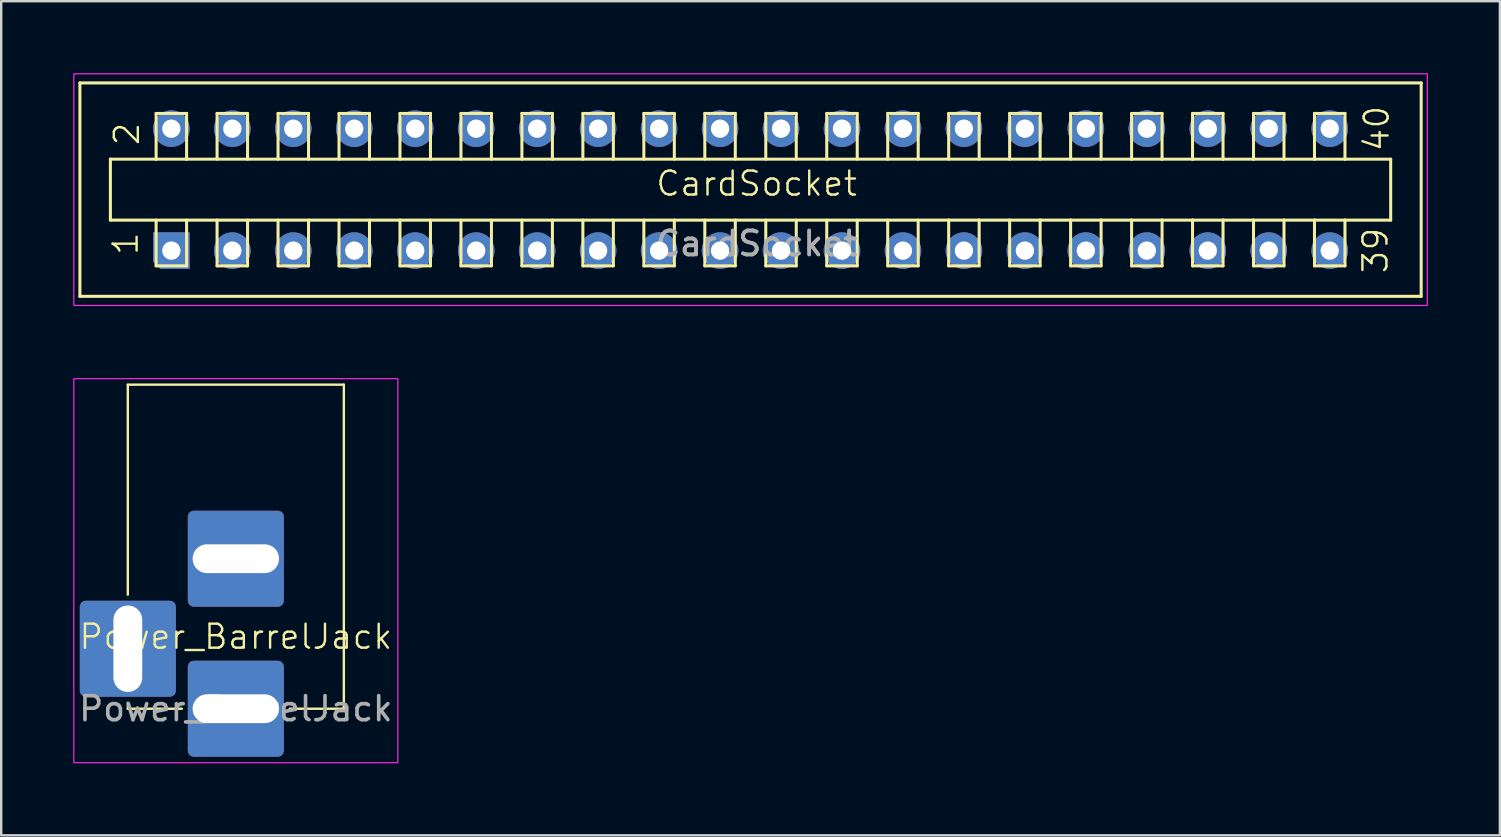
<source format=kicad_pcb>
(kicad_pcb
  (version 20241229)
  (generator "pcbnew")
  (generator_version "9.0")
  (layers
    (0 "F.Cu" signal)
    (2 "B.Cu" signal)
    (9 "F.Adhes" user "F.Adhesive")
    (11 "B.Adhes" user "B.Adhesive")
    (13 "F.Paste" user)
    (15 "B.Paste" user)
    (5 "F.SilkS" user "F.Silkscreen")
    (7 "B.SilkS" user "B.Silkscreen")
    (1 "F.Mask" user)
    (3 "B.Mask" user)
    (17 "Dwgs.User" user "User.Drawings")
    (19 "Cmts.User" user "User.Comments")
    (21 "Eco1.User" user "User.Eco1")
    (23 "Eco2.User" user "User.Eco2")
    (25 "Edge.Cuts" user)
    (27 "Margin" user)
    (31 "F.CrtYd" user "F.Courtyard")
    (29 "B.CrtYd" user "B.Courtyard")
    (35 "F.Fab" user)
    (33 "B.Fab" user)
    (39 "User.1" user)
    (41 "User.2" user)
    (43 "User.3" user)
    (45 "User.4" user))
  (footprint "Power_BarrelJack"
    (layer "F.Cu")
    (at 6.775 23.977)
    (property "Reference" "Power_BarrelJack" (at 0 -0.5 0) (unlocked yes) (layer "F.SilkS") (effects (font (size 1 1) (thickness 0.1))))
    (attr through_hole)
    (fp_line (start -4.5 -11) (end 4.5 -11) (stroke (width 0.1) (type default)) (layer "F.SilkS"))
    (fp_line (start -4.5 -2.25) (end -4.5 -11) (stroke (width 0.1) (type default)) (layer "F.SilkS"))
    (fp_line (start -4.5 2.5) (end -4.5 2.25) (stroke (width 0.1) (type default)) (layer "F.SilkS"))
    (fp_line (start -2.25 2.5) (end -4.5 2.5) (stroke (width 0.1) (type default)) (layer "F.SilkS"))
    (fp_line (start 4.5 -11) (end 4.5 2.5) (stroke (width 0.1) (type default)) (layer "F.SilkS"))
    (fp_line (start 4.5 2.5) (end 2.25 2.5) (stroke (width 0.1) (type default)) (layer "F.SilkS"))
    (fp_rect (start -6.75 -11.25) (end 6.75 4.75) (stroke (width 0.05) (type default)) (fill no) (layer "F.CrtYd"))
    (fp_text user "${REFERENCE}" (at 0 2.5 0) (unlocked yes) (layer "F.Fab") (effects (font (size 1 1) (thickness 0.15))))
    (pad "1" thru_hole roundrect (at 0 -3.75) (size 4 4) (drill oval 3.6 1.2) (layers "*.Cu" "*.Mask") (roundrect_rratio 0.062))
    (pad "2" thru_hole roundrect (at 0 2.5) (size 4 4) (drill oval 3.6 1.2) (layers "*.Cu" "*.Mask") (roundrect_rratio 0.062))
    (pad "MP" thru_hole roundrect (at -4.5 0 90) (size 4 4) (drill oval 3.6 1.2) (layers "*.Cu" "*.Mask") (roundrect_rratio 0.062)))
  (footprint "CardSocket"
    (layer "F.Cu")
    (at 28.473 4.597)
    (property "Reference" "CardSocket" (at 0 0 0) (unlocked yes) (layer "F.SilkS") (effects (font (size 1 1) (thickness 0.1))))
    (attr through_hole)
    (fp_line (start -28.194 -4.191) (end -28.194 4.699) (stroke (width 0.127) (type solid)) (layer "F.SilkS"))
    (fp_line (start -28.194 -4.191) (end 27.686 -4.191) (stroke (width 0.127) (type solid)) (layer "F.SilkS"))
    (fp_line (start -26.924 -1.016) (end -25.019 -1.016) (stroke (width 0.127) (type solid)) (layer "F.SilkS"))
    (fp_line (start -26.924 1.524) (end -26.924 -1.016) (stroke (width 0.127) (type solid)) (layer "F.SilkS"))
    (fp_line (start -25.019 -2.921) (end -25.019 -1.016) (stroke (width 0.127) (type solid)) (layer "F.SilkS"))
    (fp_line (start -25.019 -1.016) (end -23.749 -1.016) (stroke (width 0.127) (type solid)) (layer "F.SilkS"))
    (fp_line (start -25.019 3.429) (end -25.019 1.524) (stroke (width 0.127) (type solid)) (layer "F.SilkS"))
    (fp_line (start -23.749 -2.921) (end -25.019 -2.921) (stroke (width 0.127) (type solid)) (layer "F.SilkS"))
    (fp_line (start -23.749 -1.016) (end -23.749 -2.921) (stroke (width 0.127) (type solid)) (layer "F.SilkS"))
    (fp_line (start -23.749 -1.016) (end 15.621 -1.016) (stroke (width 0.127) (type solid)) (layer "F.SilkS"))
    (fp_line (start -23.749 1.524) (end -23.749 3.429) (stroke (width 0.127) (type solid)) (layer "F.SilkS"))
    (fp_line (start -23.749 3.429) (end -25.019 3.429) (stroke (width 0.127) (type solid)) (layer "F.SilkS"))
    (fp_line (start -22.479 -2.921) (end -22.479 -1.016) (stroke (width 0.127) (type solid)) (layer "F.SilkS"))
    (fp_line (start -22.479 3.429) (end -22.479 1.524) (stroke (width 0.127) (type solid)) (layer "F.SilkS"))
    (fp_line (start -21.209 -2.921) (end -22.479 -2.921) (stroke (width 0.127) (type solid)) (layer "F.SilkS"))
    (fp_line (start -21.209 -1.016) (end -21.209 -2.921) (stroke (width 0.127) (type solid)) (layer "F.SilkS"))
    (fp_line (start -21.209 1.524) (end -21.209 3.429) (stroke (width 0.127) (type solid)) (layer "F.SilkS"))
    (fp_line (start -21.209 3.429) (end -22.479 3.429) (stroke (width 0.127) (type solid)) (layer "F.SilkS"))
    (fp_line (start -19.939 -2.921) (end -19.939 -1.016) (stroke (width 0.127) (type solid)) (layer "F.SilkS"))
    (fp_line (start -19.939 3.429) (end -19.939 1.524) (stroke (width 0.127) (type solid)) (layer "F.SilkS"))
    (fp_line (start -18.669 -2.921) (end -19.939 -2.921) (stroke (width 0.127) (type solid)) (layer "F.SilkS"))
    (fp_line (start -18.669 -1.016) (end -18.669 -2.921) (stroke (width 0.127) (type solid)) (layer "F.SilkS"))
    (fp_line (start -18.669 1.524) (end -18.669 3.429) (stroke (width 0.127) (type solid)) (layer "F.SilkS"))
    (fp_line (start -18.669 3.429) (end -19.939 3.429) (stroke (width 0.127) (type solid)) (layer "F.SilkS"))
    (fp_line (start -17.399 -2.921) (end -17.399 -1.016) (stroke (width 0.127) (type solid)) (layer "F.SilkS"))
    (fp_line (start -17.399 3.429) (end -17.399 1.524) (stroke (width 0.127) (type solid)) (layer "F.SilkS"))
    (fp_line (start -16.129 -2.921) (end -17.399 -2.921) (stroke (width 0.127) (type solid)) (layer "F.SilkS"))
    (fp_line (start -16.129 -1.016) (end -16.129 -2.921) (stroke (width 0.127) (type solid)) (layer "F.SilkS"))
    (fp_line (start -16.129 1.524) (end -16.129 3.429) (stroke (width 0.127) (type solid)) (layer "F.SilkS"))
    (fp_line (start -16.129 3.429) (end -17.399 3.429) (stroke (width 0.127) (type solid)) (layer "F.SilkS"))
    (fp_line (start -14.859 -2.921) (end -14.859 -1.016) (stroke (width 0.127) (type solid)) (layer "F.SilkS"))
    (fp_line (start -14.859 3.429) (end -14.859 1.524) (stroke (width 0.127) (type solid)) (layer "F.SilkS"))
    (fp_line (start -13.589 -2.921) (end -14.859 -2.921) (stroke (width 0.127) (type solid)) (layer "F.SilkS"))
    (fp_line (start -13.589 -1.016) (end -13.589 -2.921) (stroke (width 0.127) (type solid)) (layer "F.SilkS"))
    (fp_line (start -13.589 1.524) (end -13.589 3.429) (stroke (width 0.127) (type solid)) (layer "F.SilkS"))
    (fp_line (start -13.589 3.429) (end -14.859 3.429) (stroke (width 0.127) (type solid)) (layer "F.SilkS"))
    (fp_line (start -12.319 -2.921) (end -12.319 -1.016) (stroke (width 0.127) (type solid)) (layer "F.SilkS"))
    (fp_line (start -12.319 3.429) (end -12.319 1.524) (stroke (width 0.127) (type solid)) (layer "F.SilkS"))
    (fp_line (start -11.049 -2.921) (end -12.319 -2.921) (stroke (width 0.127) (type solid)) (layer "F.SilkS"))
    (fp_line (start -11.049 -1.016) (end -11.049 -2.921) (stroke (width 0.127) (type solid)) (layer "F.SilkS"))
    (fp_line (start -11.049 1.524) (end -11.049 3.429) (stroke (width 0.127) (type solid)) (layer "F.SilkS"))
    (fp_line (start -11.049 3.429) (end -12.319 3.429) (stroke (width 0.127) (type solid)) (layer "F.SilkS"))
    (fp_line (start -9.779 -2.921) (end -9.779 -1.016) (stroke (width 0.127) (type solid)) (layer "F.SilkS"))
    (fp_line (start -9.779 3.429) (end -9.779 1.524) (stroke (width 0.127) (type solid)) (layer "F.SilkS"))
    (fp_line (start -8.509 -2.921) (end -9.779 -2.921) (stroke (width 0.127) (type solid)) (layer "F.SilkS"))
    (fp_line (start -8.509 -1.016) (end -8.509 -2.921) (stroke (width 0.127) (type solid)) (layer "F.SilkS"))
    (fp_line (start -8.509 1.524) (end -8.509 3.429) (stroke (width 0.127) (type solid)) (layer "F.SilkS"))
    (fp_line (start -8.509 3.429) (end -9.779 3.429) (stroke (width 0.127) (type solid)) (layer "F.SilkS"))
    (fp_line (start -7.239 -2.921) (end -7.239 -1.016) (stroke (width 0.127) (type solid)) (layer "F.SilkS"))
    (fp_line (start -7.239 3.429) (end -7.239 1.524) (stroke (width 0.127) (type solid)) (layer "F.SilkS"))
    (fp_line (start -5.969 -2.921) (end -7.239 -2.921) (stroke (width 0.127) (type solid)) (layer "F.SilkS"))
    (fp_line (start -5.969 -1.016) (end -5.969 -2.921) (stroke (width 0.127) (type solid)) (layer "F.SilkS"))
    (fp_line (start -5.969 1.524) (end -5.969 3.429) (stroke (width 0.127) (type solid)) (layer "F.SilkS"))
    (fp_line (start -5.969 3.429) (end -7.239 3.429) (stroke (width 0.127) (type solid)) (layer "F.SilkS"))
    (fp_line (start -4.699 -2.921) (end -4.699 -1.016) (stroke (width 0.127) (type solid)) (layer "F.SilkS"))
    (fp_line (start -4.699 3.429) (end -4.699 1.524) (stroke (width 0.127) (type solid)) (layer "F.SilkS"))
    (fp_line (start -3.429 -2.921) (end -4.699 -2.921) (stroke (width 0.127) (type solid)) (layer "F.SilkS"))
    (fp_line (start -3.429 -1.016) (end -3.429 -2.921) (stroke (width 0.127) (type solid)) (layer "F.SilkS"))
    (fp_line (start -3.429 1.524) (end -3.429 3.429) (stroke (width 0.127) (type solid)) (layer "F.SilkS"))
    (fp_line (start -3.429 3.429) (end -4.699 3.429) (stroke (width 0.127) (type solid)) (layer "F.SilkS"))
    (fp_line (start -2.159 -2.921) (end -2.159 -1.016) (stroke (width 0.127) (type solid)) (layer "F.SilkS"))
    (fp_line (start -2.159 3.429) (end -2.159 1.524) (stroke (width 0.127) (type solid)) (layer "F.SilkS"))
    (fp_line (start -0.889 -2.921) (end -2.159 -2.921) (stroke (width 0.127) (type solid)) (layer "F.SilkS"))
    (fp_line (start -0.889 -1.016) (end -0.889 -2.921) (stroke (width 0.127) (type solid)) (layer "F.SilkS"))
    (fp_line (start -0.889 1.524) (end -0.889 3.429) (stroke (width 0.127) (type solid)) (layer "F.SilkS"))
    (fp_line (start -0.889 3.429) (end -2.159 3.429) (stroke (width 0.127) (type solid)) (layer "F.SilkS"))
    (fp_line (start 0.381 -2.921) (end 0.381 -1.016) (stroke (width 0.127) (type solid)) (layer "F.SilkS"))
    (fp_line (start 0.381 3.429) (end 0.381 1.524) (stroke (width 0.127) (type solid)) (layer "F.SilkS"))
    (fp_line (start 1.651 -2.921) (end 0.381 -2.921) (stroke (width 0.127) (type solid)) (layer "F.SilkS"))
    (fp_line (start 1.651 -1.016) (end 1.651 -2.921) (stroke (width 0.127) (type solid)) (layer "F.SilkS"))
    (fp_line (start 1.651 1.524) (end 1.651 3.429) (stroke (width 0.127) (type solid)) (layer "F.SilkS"))
    (fp_line (start 1.651 3.429) (end 0.381 3.429) (stroke (width 0.127) (type solid)) (layer "F.SilkS"))
    (fp_line (start 2.921 -2.921) (end 2.921 -1.016) (stroke (width 0.127) (type solid)) (layer "F.SilkS"))
    (fp_line (start 2.921 3.429) (end 2.921 1.524) (stroke (width 0.127) (type solid)) (layer "F.SilkS"))
    (fp_line (start 4.191 -2.921) (end 2.921 -2.921) (stroke (width 0.127) (type solid)) (layer "F.SilkS"))
    (fp_line (start 4.191 -1.016) (end 4.191 -2.921) (stroke (width 0.127) (type solid)) (layer "F.SilkS"))
    (fp_line (start 4.191 1.524) (end 4.191 3.429) (stroke (width 0.127) (type solid)) (layer "F.SilkS"))
    (fp_line (start 4.191 3.429) (end 2.921 3.429) (stroke (width 0.127) (type solid)) (layer "F.SilkS"))
    (fp_line (start 5.461 -2.921) (end 5.461 -1.016) (stroke (width 0.127) (type solid)) (layer "F.SilkS"))
    (fp_line (start 5.461 3.429) (end 5.461 1.524) (stroke (width 0.127) (type solid)) (layer "F.SilkS"))
    (fp_line (start 6.731 -2.921) (end 5.461 -2.921) (stroke (width 0.127) (type solid)) (layer "F.SilkS"))
    (fp_line (start 6.731 -1.016) (end 6.731 -2.921) (stroke (width 0.127) (type solid)) (layer "F.SilkS"))
    (fp_line (start 6.731 1.524) (end 6.731 3.429) (stroke (width 0.127) (type solid)) (layer "F.SilkS"))
    (fp_line (start 6.731 3.429) (end 5.461 3.429) (stroke (width 0.127) (type solid)) (layer "F.SilkS"))
    (fp_line (start 8.001 -2.921) (end 8.001 -1.016) (stroke (width 0.127) (type solid)) (layer "F.SilkS"))
    (fp_line (start 8.001 1.524) (end -26.924 1.524) (stroke (width 0.127) (type solid)) (layer "F.SilkS"))
    (fp_line (start 8.001 3.429) (end 8.001 1.524) (stroke (width 0.127) (type solid)) (layer "F.SilkS"))
    (fp_line (start 9.271 -2.921) (end 8.001 -2.921) (stroke (width 0.127) (type solid)) (layer "F.SilkS"))
    (fp_line (start 9.271 -1.016) (end 9.271 -2.921) (stroke (width 0.127) (type solid)) (layer "F.SilkS"))
    (fp_line (start 9.271 1.524) (end 8.001 1.524) (stroke (width 0.127) (type solid)) (layer "F.SilkS"))
    (fp_line (start 9.271 1.524) (end 9.271 3.429) (stroke (width 0.127) (type solid)) (layer "F.SilkS"))
    (fp_line (start 9.271 3.429) (end 8.001 3.429) (stroke (width 0.127) (type solid)) (layer "F.SilkS"))
    (fp_line (start 10.541 -2.921) (end 10.541 -1.016) (stroke (width 0.127) (type solid)) (layer "F.SilkS"))
    (fp_line (start 10.541 1.524) (end 9.271 1.524) (stroke (width 0.127) (type solid)) (layer "F.SilkS"))
    (fp_line (start 10.541 3.429) (end 10.541 1.524) (stroke (width 0.127) (type solid)) (layer "F.SilkS"))
    (fp_line (start 11.811 -2.921) (end 10.541 -2.921) (stroke (width 0.127) (type solid)) (layer "F.SilkS"))
    (fp_line (start 11.811 -1.016) (end 11.811 -2.921) (stroke (width 0.127) (type solid)) (layer "F.SilkS"))
    (fp_line (start 11.811 1.524) (end 10.541 1.524) (stroke (width 0.127) (type solid)) (layer "F.SilkS"))
    (fp_line (start 11.811 1.524) (end 11.811 3.429) (stroke (width 0.127) (type solid)) (layer "F.SilkS"))
    (fp_line (start 11.811 3.429) (end 10.541 3.429) (stroke (width 0.127) (type solid)) (layer "F.SilkS"))
    (fp_line (start 13.081 -2.921) (end 13.081 -1.016) (stroke (width 0.127) (type solid)) (layer "F.SilkS"))
    (fp_line (start 13.081 1.524) (end 11.811 1.524) (stroke (width 0.127) (type solid)) (layer "F.SilkS"))
    (fp_line (start 13.081 3.429) (end 13.081 1.524) (stroke (width 0.127) (type solid)) (layer "F.SilkS"))
    (fp_line (start 14.351 -2.921) (end 13.081 -2.921) (stroke (width 0.127) (type solid)) (layer "F.SilkS"))
    (fp_line (start 14.351 -1.016) (end 14.351 -2.921) (stroke (width 0.127) (type solid)) (layer "F.SilkS"))
    (fp_line (start 14.351 1.524) (end 13.081 1.524) (stroke (width 0.127) (type solid)) (layer "F.SilkS"))
    (fp_line (start 14.351 1.524) (end 14.351 3.429) (stroke (width 0.127) (type solid)) (layer "F.SilkS"))
    (fp_line (start 14.351 3.429) (end 13.081 3.429) (stroke (width 0.127) (type solid)) (layer "F.SilkS"))
    (fp_line (start 15.621 -2.921) (end 15.621 -1.016) (stroke (width 0.127) (type solid)) (layer "F.SilkS"))
    (fp_line (start 15.621 -1.016) (end 16.891 -1.016) (stroke (width 0.127) (type solid)) (layer "F.SilkS"))
    (fp_line (start 15.621 1.524) (end 14.351 1.524) (stroke (width 0.127) (type solid)) (layer "F.SilkS"))
    (fp_line (start 15.621 3.429) (end 15.621 1.524) (stroke (width 0.127) (type solid)) (layer "F.SilkS"))
    (fp_line (start 16.891 -2.921) (end 15.621 -2.921) (stroke (width 0.127) (type solid)) (layer "F.SilkS"))
    (fp_line (start 16.891 -1.016) (end 16.891 -2.921) (stroke (width 0.127) (type solid)) (layer "F.SilkS"))
    (fp_line (start 16.891 -1.016) (end 18.161 -1.016) (stroke (width 0.127) (type solid)) (layer "F.SilkS"))
    (fp_line (start 16.891 1.524) (end 15.621 1.524) (stroke (width 0.127) (type solid)) (layer "F.SilkS"))
    (fp_line (start 16.891 1.524) (end 16.891 3.429) (stroke (width 0.127) (type solid)) (layer "F.SilkS"))
    (fp_line (start 16.891 3.429) (end 15.621 3.429) (stroke (width 0.127) (type solid)) (layer "F.SilkS"))
    (fp_line (start 18.161 -2.921) (end 18.161 -1.016) (stroke (width 0.127) (type solid)) (layer "F.SilkS"))
    (fp_line (start 18.161 -1.016) (end 19.431 -1.016) (stroke (width 0.127) (type solid)) (layer "F.SilkS"))
    (fp_line (start 18.161 1.524) (end 16.891 1.524) (stroke (width 0.127) (type solid)) (layer "F.SilkS"))
    (fp_line (start 18.161 3.429) (end 18.161 1.524) (stroke (width 0.127) (type solid)) (layer "F.SilkS"))
    (fp_line (start 19.431 -2.921) (end 18.161 -2.921) (stroke (width 0.127) (type solid)) (layer "F.SilkS"))
    (fp_line (start 19.431 -1.016) (end 19.431 -2.921) (stroke (width 0.127) (type solid)) (layer "F.SilkS"))
    (fp_line (start 19.431 -1.016) (end 20.701 -1.016) (stroke (width 0.127) (type solid)) (layer "F.SilkS"))
    (fp_line (start 19.431 1.524) (end 18.161 1.524) (stroke (width 0.127) (type solid)) (layer "F.SilkS"))
    (fp_line (start 19.431 1.524) (end 19.431 3.429) (stroke (width 0.127) (type solid)) (layer "F.SilkS"))
    (fp_line (start 19.431 3.429) (end 18.161 3.429) (stroke (width 0.127) (type solid)) (layer "F.SilkS"))
    (fp_line (start 20.701 -2.921) (end 20.701 -1.016) (stroke (width 0.127) (type solid)) (layer "F.SilkS"))
    (fp_line (start 20.701 -1.016) (end 21.971 -1.016) (stroke (width 0.127) (type solid)) (layer "F.SilkS"))
    (fp_line (start 20.701 1.524) (end 19.431 1.524) (stroke (width 0.127) (type solid)) (layer "F.SilkS"))
    (fp_line (start 20.701 3.429) (end 20.701 1.524) (stroke (width 0.127) (type solid)) (layer "F.SilkS"))
    (fp_line (start 21.971 -2.921) (end 20.701 -2.921) (stroke (width 0.127) (type solid)) (layer "F.SilkS"))
    (fp_line (start 21.971 -1.016) (end 21.971 -2.921) (stroke (width 0.127) (type solid)) (layer "F.SilkS"))
    (fp_line (start 21.971 -1.016) (end 23.241 -1.016) (stroke (width 0.127) (type solid)) (layer "F.SilkS"))
    (fp_line (start 21.971 1.524) (end 20.701 1.524) (stroke (width 0.127) (type solid)) (layer "F.SilkS"))
    (fp_line (start 21.971 1.524) (end 21.971 3.429) (stroke (width 0.127) (type solid)) (layer "F.SilkS"))
    (fp_line (start 21.971 3.429) (end 20.701 3.429) (stroke (width 0.127) (type solid)) (layer "F.SilkS"))
    (fp_line (start 23.241 -2.921) (end 23.241 -1.016) (stroke (width 0.127) (type solid)) (layer "F.SilkS"))
    (fp_line (start 23.241 -1.016) (end 24.511 -1.016) (stroke (width 0.127) (type solid)) (layer "F.SilkS"))
    (fp_line (start 23.241 1.524) (end 21.971 1.524) (stroke (width 0.127) (type solid)) (layer "F.SilkS"))
    (fp_line (start 23.241 3.429) (end 23.241 1.524) (stroke (width 0.127) (type solid)) (layer "F.SilkS"))
    (fp_line (start 24.511 -2.921) (end 23.241 -2.921) (stroke (width 0.127) (type solid)) (layer "F.SilkS"))
    (fp_line (start 24.511 -1.016) (end 24.511 -2.921) (stroke (width 0.127) (type solid)) (layer "F.SilkS"))
    (fp_line (start 24.511 -1.016) (end 26.416 -1.016) (stroke (width 0.127) (type solid)) (layer "F.SilkS"))
    (fp_line (start 24.511 1.524) (end 23.241 1.524) (stroke (width 0.127) (type solid)) (layer "F.SilkS"))
    (fp_line (start 24.511 1.524) (end 24.511 3.429) (stroke (width 0.127) (type solid)) (layer "F.SilkS"))
    (fp_line (start 24.511 1.524) (end 26.416 1.524) (stroke (width 0.127) (type solid)) (layer "F.SilkS"))
    (fp_line (start 24.511 3.429) (end 23.241 3.429) (stroke (width 0.127) (type solid)) (layer "F.SilkS"))
    (fp_line (start 26.416 -1.016) (end 26.416 1.524) (stroke (width 0.127) (type solid)) (layer "F.SilkS"))
    (fp_line (start 27.686 -4.191) (end 27.686 4.699) (stroke (width 0.127) (type solid)) (layer "F.SilkS"))
    (fp_line (start 27.686 4.699) (end -28.194 4.699) (stroke (width 0.127) (type solid)) (layer "F.SilkS"))
    (fp_rect (start -28.448 -4.572) (end 27.94 5.08) (stroke (width 0.05) (type default)) (fill no) (layer "F.CrtYd"))
    (fp_text user "39" (at 26.365 3.81 90) (unlocked yes) (layer "F.SilkS") (effects (font (size 1 1) (thickness 0.1)) (justify left bottom)))
    (fp_text user "40" (at 26.416 -1.27 90) (unlocked yes) (layer "F.SilkS") (effects (font (size 1 1) (thickness 0.1)) (justify left bottom)))
    (fp_text user "2" (at -25.654 -1.524 90) (unlocked yes) (layer "F.SilkS") (effects (font (size 1 1) (thickness 0.1)) (justify left bottom)))
    (fp_text user "1" (at -25.705 3.048 90) (unlocked yes) (layer "F.SilkS") (effects (font (size 1 1) (thickness 0.1)) (justify left bottom)))
    (fp_text user "${REFERENCE}" (at 0 2.5 0) (unlocked yes) (layer "F.Fab") (effects (font (size 1 1) (thickness 0.15))))
    (fp_text user "${REFERENCE}" (at 0 2.5 0) (unlocked yes) (layer "F.Fab") (effects (font (size 1 1) (thickness 0.15))))
    (pad "1" thru_hole roundrect (at -24.384 2.794 90) (size 1.524 1.524) (drill 0.762) (layers "*.Cu" "*.Mask") (roundrect_rratio 0) (chamfer_ratio 0.2) (chamfer top_left))
    (pad "2" thru_hole circle (at -24.384 -2.286 90) (size 1.524 1.524) (drill 0.762) (layers "*.Cu" "*.Mask"))
    (pad "3" thru_hole circle (at -21.844 2.794 90) (size 1.524 1.524) (drill 0.762) (layers "*.Cu" "*.Mask"))
    (pad "4" thru_hole circle (at -21.844 -2.286 90) (size 1.524 1.524) (drill 0.762) (layers "*.Cu" "*.Mask"))
    (pad "5" thru_hole circle (at -19.304 2.794 90) (size 1.524 1.524) (drill 0.762) (layers "*.Cu" "*.Mask"))
    (pad "6" thru_hole circle (at -19.304 -2.286 90) (size 1.524 1.524) (drill 0.762) (layers "*.Cu" "*.Mask"))
    (pad "7" thru_hole circle (at -16.764 2.794 90) (size 1.524 1.524) (drill 0.762) (layers "*.Cu" "*.Mask"))
    (pad "8" thru_hole circle (at -16.764 -2.286 90) (size 1.524 1.524) (drill 0.762) (layers "*.Cu" "*.Mask"))
    (pad "9" thru_hole circle (at -14.224 2.794 90) (size 1.524 1.524) (drill 0.762) (layers "*.Cu" "*.Mask"))
    (pad "10" thru_hole circle (at -14.224 -2.286 90) (size 1.524 1.524) (drill 0.762) (layers "*.Cu" "*.Mask"))
    (pad "11" thru_hole circle (at -11.684 2.794 90) (size 1.524 1.524) (drill 0.762) (layers "*.Cu" "*.Mask"))
    (pad "12" thru_hole circle (at -11.684 -2.286 90) (size 1.524 1.524) (drill 0.762) (layers "*.Cu" "*.Mask"))
    (pad "13" thru_hole circle (at -9.144 2.794 90) (size 1.524 1.524) (drill 0.762) (layers "*.Cu" "*.Mask"))
    (pad "14" thru_hole circle (at -9.144 -2.286 90) (size 1.524 1.524) (drill 0.762) (layers "*.Cu" "*.Mask"))
    (pad "15" thru_hole circle (at -6.604 2.794 90) (size 1.524 1.524) (drill 0.762) (layers "*.Cu" "*.Mask"))
    (pad "16" thru_hole circle (at -6.604 -2.286 90) (size 1.524 1.524) (drill 0.762) (layers "*.Cu" "*.Mask"))
    (pad "17" thru_hole circle (at -4.064 2.794 90) (size 1.524 1.524) (drill 0.762) (layers "*.Cu" "*.Mask"))
    (pad "18" thru_hole circle (at -4.064 -2.286 90) (size 1.524 1.524) (drill 0.762) (layers "*.Cu" "*.Mask"))
    (pad "19" thru_hole circle (at -1.524 2.794 90) (size 1.524 1.524) (drill 0.762) (layers "*.Cu" "*.Mask"))
    (pad "20" thru_hole circle (at -1.524 -2.286 90) (size 1.524 1.524) (drill 0.762) (layers "*.Cu" "*.Mask"))
    (pad "21" thru_hole circle (at 1.016 2.794 90) (size 1.524 1.524) (drill 0.762) (layers "*.Cu" "*.Mask"))
    (pad "22" thru_hole circle (at 1.016 -2.286 90) (size 1.524 1.524) (drill 0.762) (layers "*.Cu" "*.Mask"))
    (pad "23" thru_hole circle (at 3.556 2.794 90) (size 1.524 1.524) (drill 0.762) (layers "*.Cu" "*.Mask"))
    (pad "24" thru_hole circle (at 3.556 -2.286 90) (size 1.524 1.524) (drill 0.762) (layers "*.Cu" "*.Mask"))
    (pad "25" thru_hole circle (at 6.096 2.794 90) (size 1.524 1.524) (drill 0.762) (layers "*.Cu" "*.Mask"))
    (pad "26" thru_hole circle (at 6.096 -2.286 90) (size 1.524 1.524) (drill 0.762) (layers "*.Cu" "*.Mask"))
    (pad "27" thru_hole circle (at 8.636 2.794 90) (size 1.524 1.524) (drill 0.762) (layers "*.Cu" "*.Mask"))
    (pad "28" thru_hole circle (at 8.636 -2.286 90) (size 1.524 1.524) (drill 0.762) (layers "*.Cu" "*.Mask"))
    (pad "29" thru_hole circle (at 11.176 2.794 90) (size 1.524 1.524) (drill 0.762) (layers "*.Cu" "*.Mask"))
    (pad "30" thru_hole circle (at 11.176 -2.286 90) (size 1.524 1.524) (drill 0.762) (layers "*.Cu" "*.Mask"))
    (pad "31" thru_hole circle (at 13.716 2.794 90) (size 1.524 1.524) (drill 0.762) (layers "*.Cu" "*.Mask"))
    (pad "32" thru_hole circle (at 13.716 -2.286 90) (size 1.524 1.524) (drill 0.762) (layers "*.Cu" "*.Mask"))
    (pad "33" thru_hole circle (at 16.256 2.794 90) (size 1.524 1.524) (drill 0.762) (layers "*.Cu" "*.Mask"))
    (pad "34" thru_hole circle (at 16.256 -2.286 90) (size 1.524 1.524) (drill 0.762) (layers "*.Cu" "*.Mask"))
    (pad "35" thru_hole circle (at 18.796 2.794 90) (size 1.524 1.524) (drill 0.762) (layers "*.Cu" "*.Mask"))
    (pad "36" thru_hole circle (at 18.796 -2.286 90) (size 1.524 1.524) (drill 0.762) (layers "*.Cu" "*.Mask"))
    (pad "37" thru_hole circle (at 21.336 2.794 90) (size 1.524 1.524) (drill 0.762) (layers "*.Cu" "*.Mask"))
    (pad "38" thru_hole circle (at 21.336 -2.286 90) (size 1.524 1.524) (drill 0.762) (layers "*.Cu" "*.Mask"))
    (pad "39" thru_hole circle (at 23.876 2.794 90) (size 1.524 1.524) (drill 0.762) (layers "*.Cu" "*.Mask"))
    (pad "40" thru_hole circle (at 23.876 -2.286 90) (size 1.524 1.524) (drill 0.762) (layers "*.Cu" "*.Mask")))
  (gr_rect
    (start -3 -3)
    (end 59.438 31.752)
    (stroke (width 0.1) (type default))
    (fill no)
    (layer "Edge.Cuts")))
</source>
